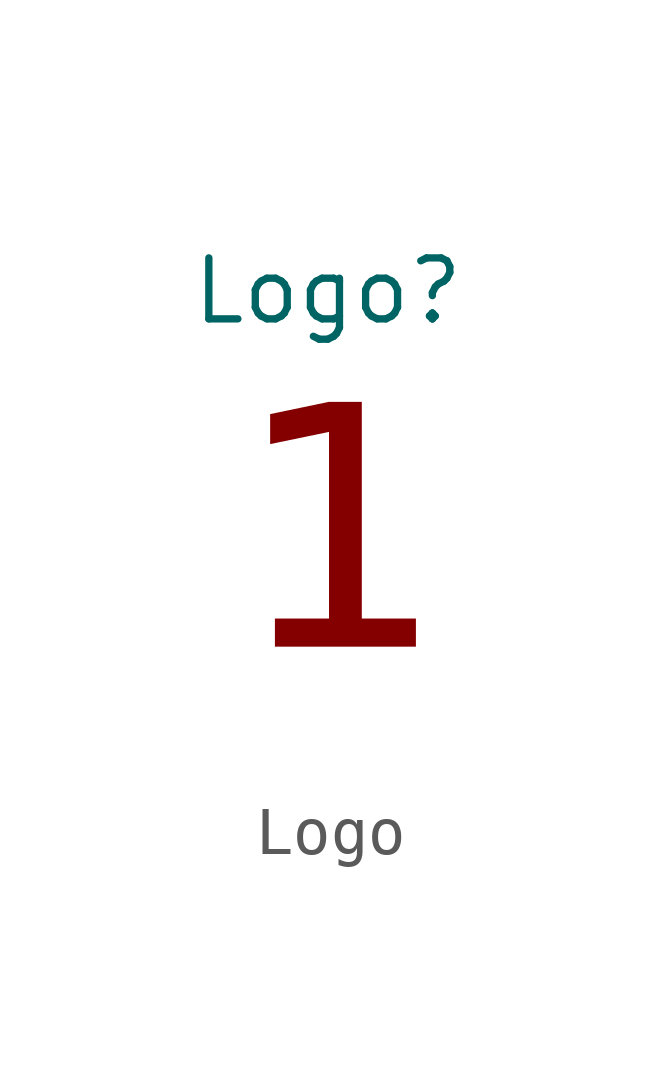
<source format=kicad_sym>
(kicad_symbol_lib
  (version 20231120)
  (generator "kicad_symbol_editor")
  (generator_version "8.0")
  (symbol "Logo"
    (property "Reference" "Logo"
      (at -0.254 4.826 0)
      (effects (font (size 1.27 1.27))))
    (property "Value" ""
      (at 0 0 0)
      (effects (font (size 1.27 1.27))))
    (symbol "Logo_1_1"
      (text "1" (at 0 -0.508 0) (effects (font (face "miscelaneous") (size 5 5)))))))
</source>
